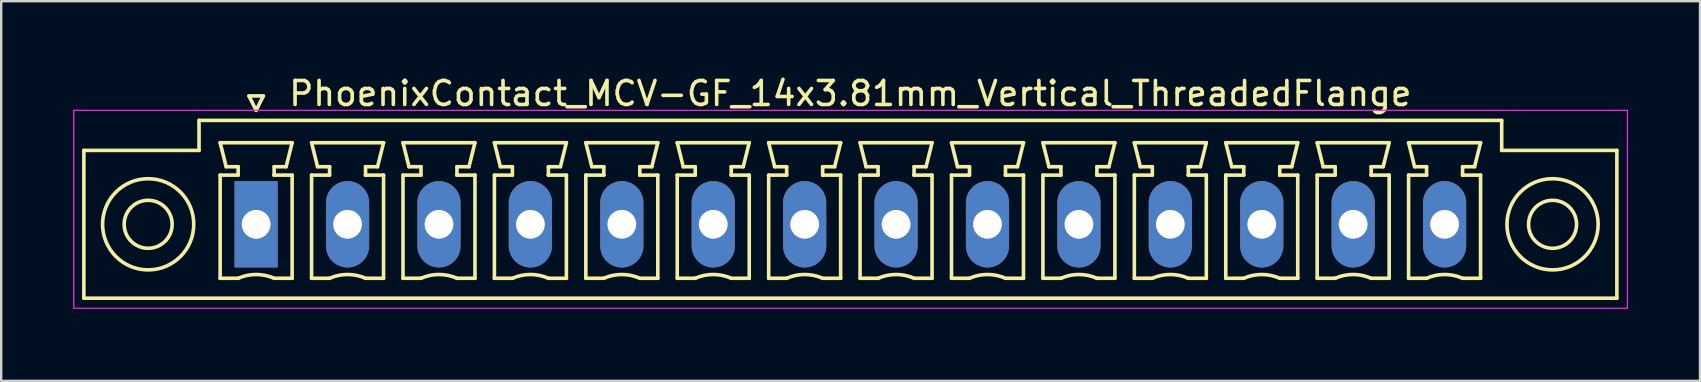
<source format=kicad_pcb>
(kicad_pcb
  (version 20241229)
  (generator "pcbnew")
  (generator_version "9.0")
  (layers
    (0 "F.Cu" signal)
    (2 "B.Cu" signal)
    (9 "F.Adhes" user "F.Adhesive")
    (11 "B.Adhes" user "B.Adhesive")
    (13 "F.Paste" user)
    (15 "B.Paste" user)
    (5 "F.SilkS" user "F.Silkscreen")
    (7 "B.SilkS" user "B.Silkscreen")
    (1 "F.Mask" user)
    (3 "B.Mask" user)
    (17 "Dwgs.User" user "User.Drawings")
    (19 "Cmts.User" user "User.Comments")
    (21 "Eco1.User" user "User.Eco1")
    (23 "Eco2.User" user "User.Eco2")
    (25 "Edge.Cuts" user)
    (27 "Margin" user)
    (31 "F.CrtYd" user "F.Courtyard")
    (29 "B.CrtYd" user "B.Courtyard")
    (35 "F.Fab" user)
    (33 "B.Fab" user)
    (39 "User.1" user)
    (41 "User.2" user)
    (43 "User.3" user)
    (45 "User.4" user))
  (footprint "PhoenixContact_MCV-GF_14x3.81mm_Vertical_ThreadedFlange"
    (layer "F.Cu")
    (at 7.625 6.298)
    (property "Reference" "PhoenixContact_MCV-GF_14x3.81mm_Vertical_ThreadedFlange" (at 24.765 -5.45 0) (layer "F.SilkS") (effects (font (size 1 1) (thickness 0.15))))
    (attr through_hole)
    (fp_line (start -7.18 -3.08) (end -7.18 3.08) (stroke (width 0.15) (type solid)) (layer "F.SilkS"))
    (fp_line (start -7.18 3.08) (end 56.71 3.08) (stroke (width 0.15) (type solid)) (layer "F.SilkS"))
    (fp_line (start -2.38 -4.33) (end -2.38 -3.08) (stroke (width 0.15) (type solid)) (layer "F.SilkS"))
    (fp_line (start -2.38 -3.08) (end -7.18 -3.08) (stroke (width 0.15) (type solid)) (layer "F.SilkS"))
    (fp_line (start -1.5 -3.4) (end 1.5 -3.4) (stroke (width 0.15) (type solid)) (layer "F.SilkS"))
    (fp_line (start -1.5 -2.05) (end -0.75 -2.05) (stroke (width 0.15) (type solid)) (layer "F.SilkS"))
    (fp_line (start -1.5 2.25) (end -1.5 -2.05) (stroke (width 0.15) (type solid)) (layer "F.SilkS"))
    (fp_line (start -1.25 -2.4) (end -1.5 -3.4) (stroke (width 0.15) (type solid)) (layer "F.SilkS"))
    (fp_line (start -0.75 -2.4) (end -1.25 -2.4) (stroke (width 0.15) (type solid)) (layer "F.SilkS"))
    (fp_line (start -0.75 -2.05) (end -0.75 -2.4) (stroke (width 0.15) (type solid)) (layer "F.SilkS"))
    (fp_line (start -0.75 2.25) (end -1.5 2.25) (stroke (width 0.15) (type solid)) (layer "F.SilkS"))
    (fp_line (start -0.3 -5.35) (end 0 -4.75) (stroke (width 0.15) (type solid)) (layer "F.SilkS"))
    (fp_line (start 0 -4.75) (end 0.3 -5.35) (stroke (width 0.15) (type solid)) (layer "F.SilkS"))
    (fp_line (start 0.3 -5.35) (end -0.3 -5.35) (stroke (width 0.15) (type solid)) (layer "F.SilkS"))
    (fp_line (start 0.75 -2.4) (end 0.75 -2.05) (stroke (width 0.15) (type solid)) (layer "F.SilkS"))
    (fp_line (start 0.75 -2.05) (end 0.75 -2.05) (stroke (width 0.15) (type solid)) (layer "F.SilkS"))
    (fp_line (start 0.75 -2.05) (end 1.5 -2.05) (stroke (width 0.15) (type solid)) (layer "F.SilkS"))
    (fp_line (start 1.25 -2.4) (end 0.75 -2.4) (stroke (width 0.15) (type solid)) (layer "F.SilkS"))
    (fp_line (start 1.5 -3.4) (end 1.25 -2.4) (stroke (width 0.15) (type solid)) (layer "F.SilkS"))
    (fp_line (start 1.5 -2.05) (end 1.5 2.25) (stroke (width 0.15) (type solid)) (layer "F.SilkS"))
    (fp_line (start 1.5 2.25) (end 0.75 2.25) (stroke (width 0.15) (type solid)) (layer "F.SilkS"))
    (fp_line (start 2.31 -3.4) (end 5.31 -3.4) (stroke (width 0.15) (type solid)) (layer "F.SilkS"))
    (fp_line (start 2.31 -2.05) (end 3.06 -2.05) (stroke (width 0.15) (type solid)) (layer "F.SilkS"))
    (fp_line (start 2.31 2.25) (end 2.31 -2.05) (stroke (width 0.15) (type solid)) (layer "F.SilkS"))
    (fp_line (start 2.56 -2.4) (end 2.31 -3.4) (stroke (width 0.15) (type solid)) (layer "F.SilkS"))
    (fp_line (start 3.06 -2.4) (end 2.56 -2.4) (stroke (width 0.15) (type solid)) (layer "F.SilkS"))
    (fp_line (start 3.06 -2.05) (end 3.06 -2.4) (stroke (width 0.15) (type solid)) (layer "F.SilkS"))
    (fp_line (start 3.06 2.25) (end 2.31 2.25) (stroke (width 0.15) (type solid)) (layer "F.SilkS"))
    (fp_line (start 4.56 -2.4) (end 4.56 -2.05) (stroke (width 0.15) (type solid)) (layer "F.SilkS"))
    (fp_line (start 4.56 -2.05) (end 4.56 -2.05) (stroke (width 0.15) (type solid)) (layer "F.SilkS"))
    (fp_line (start 4.56 -2.05) (end 5.31 -2.05) (stroke (width 0.15) (type solid)) (layer "F.SilkS"))
    (fp_line (start 5.06 -2.4) (end 4.56 -2.4) (stroke (width 0.15) (type solid)) (layer "F.SilkS"))
    (fp_line (start 5.31 -3.4) (end 5.06 -2.4) (stroke (width 0.15) (type solid)) (layer "F.SilkS"))
    (fp_line (start 5.31 -2.05) (end 5.31 2.25) (stroke (width 0.15) (type solid)) (layer "F.SilkS"))
    (fp_line (start 5.31 2.25) (end 4.56 2.25) (stroke (width 0.15) (type solid)) (layer "F.SilkS"))
    (fp_line (start 6.12 -3.4) (end 9.12 -3.4) (stroke (width 0.15) (type solid)) (layer "F.SilkS"))
    (fp_line (start 6.12 -2.05) (end 6.87 -2.05) (stroke (width 0.15) (type solid)) (layer "F.SilkS"))
    (fp_line (start 6.12 2.25) (end 6.12 -2.05) (stroke (width 0.15) (type solid)) (layer "F.SilkS"))
    (fp_line (start 6.37 -2.4) (end 6.12 -3.4) (stroke (width 0.15) (type solid)) (layer "F.SilkS"))
    (fp_line (start 6.87 -2.4) (end 6.37 -2.4) (stroke (width 0.15) (type solid)) (layer "F.SilkS"))
    (fp_line (start 6.87 -2.05) (end 6.87 -2.4) (stroke (width 0.15) (type solid)) (layer "F.SilkS"))
    (fp_line (start 6.87 2.25) (end 6.12 2.25) (stroke (width 0.15) (type solid)) (layer "F.SilkS"))
    (fp_line (start 8.37 -2.4) (end 8.37 -2.05) (stroke (width 0.15) (type solid)) (layer "F.SilkS"))
    (fp_line (start 8.37 -2.05) (end 8.37 -2.05) (stroke (width 0.15) (type solid)) (layer "F.SilkS"))
    (fp_line (start 8.37 -2.05) (end 9.12 -2.05) (stroke (width 0.15) (type solid)) (layer "F.SilkS"))
    (fp_line (start 8.87 -2.4) (end 8.37 -2.4) (stroke (width 0.15) (type solid)) (layer "F.SilkS"))
    (fp_line (start 9.12 -3.4) (end 8.87 -2.4) (stroke (width 0.15) (type solid)) (layer "F.SilkS"))
    (fp_line (start 9.12 -2.05) (end 9.12 2.25) (stroke (width 0.15) (type solid)) (layer "F.SilkS"))
    (fp_line (start 9.12 2.25) (end 8.37 2.25) (stroke (width 0.15) (type solid)) (layer "F.SilkS"))
    (fp_line (start 9.93 -3.4) (end 12.93 -3.4) (stroke (width 0.15) (type solid)) (layer "F.SilkS"))
    (fp_line (start 9.93 -2.05) (end 10.68 -2.05) (stroke (width 0.15) (type solid)) (layer "F.SilkS"))
    (fp_line (start 9.93 2.25) (end 9.93 -2.05) (stroke (width 0.15) (type solid)) (layer "F.SilkS"))
    (fp_line (start 10.18 -2.4) (end 9.93 -3.4) (stroke (width 0.15) (type solid)) (layer "F.SilkS"))
    (fp_line (start 10.68 -2.4) (end 10.18 -2.4) (stroke (width 0.15) (type solid)) (layer "F.SilkS"))
    (fp_line (start 10.68 -2.05) (end 10.68 -2.4) (stroke (width 0.15) (type solid)) (layer "F.SilkS"))
    (fp_line (start 10.68 2.25) (end 9.93 2.25) (stroke (width 0.15) (type solid)) (layer "F.SilkS"))
    (fp_line (start 12.18 -2.4) (end 12.18 -2.05) (stroke (width 0.15) (type solid)) (layer "F.SilkS"))
    (fp_line (start 12.18 -2.05) (end 12.18 -2.05) (stroke (width 0.15) (type solid)) (layer "F.SilkS"))
    (fp_line (start 12.18 -2.05) (end 12.93 -2.05) (stroke (width 0.15) (type solid)) (layer "F.SilkS"))
    (fp_line (start 12.68 -2.4) (end 12.18 -2.4) (stroke (width 0.15) (type solid)) (layer "F.SilkS"))
    (fp_line (start 12.93 -3.4) (end 12.68 -2.4) (stroke (width 0.15) (type solid)) (layer "F.SilkS"))
    (fp_line (start 12.93 -2.05) (end 12.93 2.25) (stroke (width 0.15) (type solid)) (layer "F.SilkS"))
    (fp_line (start 12.93 2.25) (end 12.18 2.25) (stroke (width 0.15) (type solid)) (layer "F.SilkS"))
    (fp_line (start 13.74 -3.4) (end 16.74 -3.4) (stroke (width 0.15) (type solid)) (layer "F.SilkS"))
    (fp_line (start 13.74 -2.05) (end 14.49 -2.05) (stroke (width 0.15) (type solid)) (layer "F.SilkS"))
    (fp_line (start 13.74 2.25) (end 13.74 -2.05) (stroke (width 0.15) (type solid)) (layer "F.SilkS"))
    (fp_line (start 13.99 -2.4) (end 13.74 -3.4) (stroke (width 0.15) (type solid)) (layer "F.SilkS"))
    (fp_line (start 14.49 -2.4) (end 13.99 -2.4) (stroke (width 0.15) (type solid)) (layer "F.SilkS"))
    (fp_line (start 14.49 -2.05) (end 14.49 -2.4) (stroke (width 0.15) (type solid)) (layer "F.SilkS"))
    (fp_line (start 14.49 2.25) (end 13.74 2.25) (stroke (width 0.15) (type solid)) (layer "F.SilkS"))
    (fp_line (start 15.99 -2.4) (end 15.99 -2.05) (stroke (width 0.15) (type solid)) (layer "F.SilkS"))
    (fp_line (start 15.99 -2.05) (end 15.99 -2.05) (stroke (width 0.15) (type solid)) (layer "F.SilkS"))
    (fp_line (start 15.99 -2.05) (end 16.74 -2.05) (stroke (width 0.15) (type solid)) (layer "F.SilkS"))
    (fp_line (start 16.49 -2.4) (end 15.99 -2.4) (stroke (width 0.15) (type solid)) (layer "F.SilkS"))
    (fp_line (start 16.74 -3.4) (end 16.49 -2.4) (stroke (width 0.15) (type solid)) (layer "F.SilkS"))
    (fp_line (start 16.74 -2.05) (end 16.74 2.25) (stroke (width 0.15) (type solid)) (layer "F.SilkS"))
    (fp_line (start 16.74 2.25) (end 15.99 2.25) (stroke (width 0.15) (type solid)) (layer "F.SilkS"))
    (fp_line (start 17.55 -3.4) (end 20.55 -3.4) (stroke (width 0.15) (type solid)) (layer "F.SilkS"))
    (fp_line (start 17.55 -2.05) (end 18.3 -2.05) (stroke (width 0.15) (type solid)) (layer "F.SilkS"))
    (fp_line (start 17.55 2.25) (end 17.55 -2.05) (stroke (width 0.15) (type solid)) (layer "F.SilkS"))
    (fp_line (start 17.8 -2.4) (end 17.55 -3.4) (stroke (width 0.15) (type solid)) (layer "F.SilkS"))
    (fp_line (start 18.3 -2.4) (end 17.8 -2.4) (stroke (width 0.15) (type solid)) (layer "F.SilkS"))
    (fp_line (start 18.3 -2.05) (end 18.3 -2.4) (stroke (width 0.15) (type solid)) (layer "F.SilkS"))
    (fp_line (start 18.3 2.25) (end 17.55 2.25) (stroke (width 0.15) (type solid)) (layer "F.SilkS"))
    (fp_line (start 19.8 -2.4) (end 19.8 -2.05) (stroke (width 0.15) (type solid)) (layer "F.SilkS"))
    (fp_line (start 19.8 -2.05) (end 19.8 -2.05) (stroke (width 0.15) (type solid)) (layer "F.SilkS"))
    (fp_line (start 19.8 -2.05) (end 20.55 -2.05) (stroke (width 0.15) (type solid)) (layer "F.SilkS"))
    (fp_line (start 20.3 -2.4) (end 19.8 -2.4) (stroke (width 0.15) (type solid)) (layer "F.SilkS"))
    (fp_line (start 20.55 -3.4) (end 20.3 -2.4) (stroke (width 0.15) (type solid)) (layer "F.SilkS"))
    (fp_line (start 20.55 -2.05) (end 20.55 2.25) (stroke (width 0.15) (type solid)) (layer "F.SilkS"))
    (fp_line (start 20.55 2.25) (end 19.8 2.25) (stroke (width 0.15) (type solid)) (layer "F.SilkS"))
    (fp_line (start 21.36 -3.4) (end 24.36 -3.4) (stroke (width 0.15) (type solid)) (layer "F.SilkS"))
    (fp_line (start 21.36 -2.05) (end 22.11 -2.05) (stroke (width 0.15) (type solid)) (layer "F.SilkS"))
    (fp_line (start 21.36 2.25) (end 21.36 -2.05) (stroke (width 0.15) (type solid)) (layer "F.SilkS"))
    (fp_line (start 21.61 -2.4) (end 21.36 -3.4) (stroke (width 0.15) (type solid)) (layer "F.SilkS"))
    (fp_line (start 22.11 -2.4) (end 21.61 -2.4) (stroke (width 0.15) (type solid)) (layer "F.SilkS"))
    (fp_line (start 22.11 -2.05) (end 22.11 -2.4) (stroke (width 0.15) (type solid)) (layer "F.SilkS"))
    (fp_line (start 22.11 2.25) (end 21.36 2.25) (stroke (width 0.15) (type solid)) (layer "F.SilkS"))
    (fp_line (start 23.61 -2.4) (end 23.61 -2.05) (stroke (width 0.15) (type solid)) (layer "F.SilkS"))
    (fp_line (start 23.61 -2.05) (end 23.61 -2.05) (stroke (width 0.15) (type solid)) (layer "F.SilkS"))
    (fp_line (start 23.61 -2.05) (end 24.36 -2.05) (stroke (width 0.15) (type solid)) (layer "F.SilkS"))
    (fp_line (start 24.11 -2.4) (end 23.61 -2.4) (stroke (width 0.15) (type solid)) (layer "F.SilkS"))
    (fp_line (start 24.36 -3.4) (end 24.11 -2.4) (stroke (width 0.15) (type solid)) (layer "F.SilkS"))
    (fp_line (start 24.36 -2.05) (end 24.36 2.25) (stroke (width 0.15) (type solid)) (layer "F.SilkS"))
    (fp_line (start 24.36 2.25) (end 23.61 2.25) (stroke (width 0.15) (type solid)) (layer "F.SilkS"))
    (fp_line (start 25.17 -3.4) (end 28.17 -3.4) (stroke (width 0.15) (type solid)) (layer "F.SilkS"))
    (fp_line (start 25.17 -2.05) (end 25.92 -2.05) (stroke (width 0.15) (type solid)) (layer "F.SilkS"))
    (fp_line (start 25.17 2.25) (end 25.17 -2.05) (stroke (width 0.15) (type solid)) (layer "F.SilkS"))
    (fp_line (start 25.42 -2.4) (end 25.17 -3.4) (stroke (width 0.15) (type solid)) (layer "F.SilkS"))
    (fp_line (start 25.92 -2.4) (end 25.42 -2.4) (stroke (width 0.15) (type solid)) (layer "F.SilkS"))
    (fp_line (start 25.92 -2.05) (end 25.92 -2.4) (stroke (width 0.15) (type solid)) (layer "F.SilkS"))
    (fp_line (start 25.92 2.25) (end 25.17 2.25) (stroke (width 0.15) (type solid)) (layer "F.SilkS"))
    (fp_line (start 27.42 -2.4) (end 27.42 -2.05) (stroke (width 0.15) (type solid)) (layer "F.SilkS"))
    (fp_line (start 27.42 -2.05) (end 27.42 -2.05) (stroke (width 0.15) (type solid)) (layer "F.SilkS"))
    (fp_line (start 27.42 -2.05) (end 28.17 -2.05) (stroke (width 0.15) (type solid)) (layer "F.SilkS"))
    (fp_line (start 27.92 -2.4) (end 27.42 -2.4) (stroke (width 0.15) (type solid)) (layer "F.SilkS"))
    (fp_line (start 28.17 -3.4) (end 27.92 -2.4) (stroke (width 0.15) (type solid)) (layer "F.SilkS"))
    (fp_line (start 28.17 -2.05) (end 28.17 2.25) (stroke (width 0.15) (type solid)) (layer "F.SilkS"))
    (fp_line (start 28.17 2.25) (end 27.42 2.25) (stroke (width 0.15) (type solid)) (layer "F.SilkS"))
    (fp_line (start 28.98 -3.4) (end 31.98 -3.4) (stroke (width 0.15) (type solid)) (layer "F.SilkS"))
    (fp_line (start 28.98 -2.05) (end 29.73 -2.05) (stroke (width 0.15) (type solid)) (layer "F.SilkS"))
    (fp_line (start 28.98 2.25) (end 28.98 -2.05) (stroke (width 0.15) (type solid)) (layer "F.SilkS"))
    (fp_line (start 29.23 -2.4) (end 28.98 -3.4) (stroke (width 0.15) (type solid)) (layer "F.SilkS"))
    (fp_line (start 29.73 -2.4) (end 29.23 -2.4) (stroke (width 0.15) (type solid)) (layer "F.SilkS"))
    (fp_line (start 29.73 -2.05) (end 29.73 -2.4) (stroke (width 0.15) (type solid)) (layer "F.SilkS"))
    (fp_line (start 29.73 2.25) (end 28.98 2.25) (stroke (width 0.15) (type solid)) (layer "F.SilkS"))
    (fp_line (start 31.23 -2.4) (end 31.23 -2.05) (stroke (width 0.15) (type solid)) (layer "F.SilkS"))
    (fp_line (start 31.23 -2.05) (end 31.23 -2.05) (stroke (width 0.15) (type solid)) (layer "F.SilkS"))
    (fp_line (start 31.23 -2.05) (end 31.98 -2.05) (stroke (width 0.15) (type solid)) (layer "F.SilkS"))
    (fp_line (start 31.73 -2.4) (end 31.23 -2.4) (stroke (width 0.15) (type solid)) (layer "F.SilkS"))
    (fp_line (start 31.98 -3.4) (end 31.73 -2.4) (stroke (width 0.15) (type solid)) (layer "F.SilkS"))
    (fp_line (start 31.98 -2.05) (end 31.98 2.25) (stroke (width 0.15) (type solid)) (layer "F.SilkS"))
    (fp_line (start 31.98 2.25) (end 31.23 2.25) (stroke (width 0.15) (type solid)) (layer "F.SilkS"))
    (fp_line (start 32.79 -3.4) (end 35.79 -3.4) (stroke (width 0.15) (type solid)) (layer "F.SilkS"))
    (fp_line (start 32.79 -2.05) (end 33.54 -2.05) (stroke (width 0.15) (type solid)) (layer "F.SilkS"))
    (fp_line (start 32.79 2.25) (end 32.79 -2.05) (stroke (width 0.15) (type solid)) (layer "F.SilkS"))
    (fp_line (start 33.04 -2.4) (end 32.79 -3.4) (stroke (width 0.15) (type solid)) (layer "F.SilkS"))
    (fp_line (start 33.54 -2.4) (end 33.04 -2.4) (stroke (width 0.15) (type solid)) (layer "F.SilkS"))
    (fp_line (start 33.54 -2.05) (end 33.54 -2.4) (stroke (width 0.15) (type solid)) (layer "F.SilkS"))
    (fp_line (start 33.54 2.25) (end 32.79 2.25) (stroke (width 0.15) (type solid)) (layer "F.SilkS"))
    (fp_line (start 35.04 -2.4) (end 35.04 -2.05) (stroke (width 0.15) (type solid)) (layer "F.SilkS"))
    (fp_line (start 35.04 -2.05) (end 35.04 -2.05) (stroke (width 0.15) (type solid)) (layer "F.SilkS"))
    (fp_line (start 35.04 -2.05) (end 35.79 -2.05) (stroke (width 0.15) (type solid)) (layer "F.SilkS"))
    (fp_line (start 35.54 -2.4) (end 35.04 -2.4) (stroke (width 0.15) (type solid)) (layer "F.SilkS"))
    (fp_line (start 35.79 -3.4) (end 35.54 -2.4) (stroke (width 0.15) (type solid)) (layer "F.SilkS"))
    (fp_line (start 35.79 -2.05) (end 35.79 2.25) (stroke (width 0.15) (type solid)) (layer "F.SilkS"))
    (fp_line (start 35.79 2.25) (end 35.04 2.25) (stroke (width 0.15) (type solid)) (layer "F.SilkS"))
    (fp_line (start 36.6 -3.4) (end 39.6 -3.4) (stroke (width 0.15) (type solid)) (layer "F.SilkS"))
    (fp_line (start 36.6 -2.05) (end 37.35 -2.05) (stroke (width 0.15) (type solid)) (layer "F.SilkS"))
    (fp_line (start 36.6 2.25) (end 36.6 -2.05) (stroke (width 0.15) (type solid)) (layer "F.SilkS"))
    (fp_line (start 36.85 -2.4) (end 36.6 -3.4) (stroke (width 0.15) (type solid)) (layer "F.SilkS"))
    (fp_line (start 37.35 -2.4) (end 36.85 -2.4) (stroke (width 0.15) (type solid)) (layer "F.SilkS"))
    (fp_line (start 37.35 -2.05) (end 37.35 -2.4) (stroke (width 0.15) (type solid)) (layer "F.SilkS"))
    (fp_line (start 37.35 2.25) (end 36.6 2.25) (stroke (width 0.15) (type solid)) (layer "F.SilkS"))
    (fp_line (start 38.85 -2.4) (end 38.85 -2.05) (stroke (width 0.15) (type solid)) (layer "F.SilkS"))
    (fp_line (start 38.85 -2.05) (end 38.85 -2.05) (stroke (width 0.15) (type solid)) (layer "F.SilkS"))
    (fp_line (start 38.85 -2.05) (end 39.6 -2.05) (stroke (width 0.15) (type solid)) (layer "F.SilkS"))
    (fp_line (start 39.35 -2.4) (end 38.85 -2.4) (stroke (width 0.15) (type solid)) (layer "F.SilkS"))
    (fp_line (start 39.6 -3.4) (end 39.35 -2.4) (stroke (width 0.15) (type solid)) (layer "F.SilkS"))
    (fp_line (start 39.6 -2.05) (end 39.6 2.25) (stroke (width 0.15) (type solid)) (layer "F.SilkS"))
    (fp_line (start 39.6 2.25) (end 38.85 2.25) (stroke (width 0.15) (type solid)) (layer "F.SilkS"))
    (fp_line (start 40.41 -3.4) (end 43.41 -3.4) (stroke (width 0.15) (type solid)) (layer "F.SilkS"))
    (fp_line (start 40.41 -2.05) (end 41.16 -2.05) (stroke (width 0.15) (type solid)) (layer "F.SilkS"))
    (fp_line (start 40.41 2.25) (end 40.41 -2.05) (stroke (width 0.15) (type solid)) (layer "F.SilkS"))
    (fp_line (start 40.66 -2.4) (end 40.41 -3.4) (stroke (width 0.15) (type solid)) (layer "F.SilkS"))
    (fp_line (start 41.16 -2.4) (end 40.66 -2.4) (stroke (width 0.15) (type solid)) (layer "F.SilkS"))
    (fp_line (start 41.16 -2.05) (end 41.16 -2.4) (stroke (width 0.15) (type solid)) (layer "F.SilkS"))
    (fp_line (start 41.16 2.25) (end 40.41 2.25) (stroke (width 0.15) (type solid)) (layer "F.SilkS"))
    (fp_line (start 42.66 -2.4) (end 42.66 -2.05) (stroke (width 0.15) (type solid)) (layer "F.SilkS"))
    (fp_line (start 42.66 -2.05) (end 42.66 -2.05) (stroke (width 0.15) (type solid)) (layer "F.SilkS"))
    (fp_line (start 42.66 -2.05) (end 43.41 -2.05) (stroke (width 0.15) (type solid)) (layer "F.SilkS"))
    (fp_line (start 43.16 -2.4) (end 42.66 -2.4) (stroke (width 0.15) (type solid)) (layer "F.SilkS"))
    (fp_line (start 43.41 -3.4) (end 43.16 -2.4) (stroke (width 0.15) (type solid)) (layer "F.SilkS"))
    (fp_line (start 43.41 -2.05) (end 43.41 2.25) (stroke (width 0.15) (type solid)) (layer "F.SilkS"))
    (fp_line (start 43.41 2.25) (end 42.66 2.25) (stroke (width 0.15) (type solid)) (layer "F.SilkS"))
    (fp_line (start 44.22 -3.4) (end 47.22 -3.4) (stroke (width 0.15) (type solid)) (layer "F.SilkS"))
    (fp_line (start 44.22 -2.05) (end 44.97 -2.05) (stroke (width 0.15) (type solid)) (layer "F.SilkS"))
    (fp_line (start 44.22 2.25) (end 44.22 -2.05) (stroke (width 0.15) (type solid)) (layer "F.SilkS"))
    (fp_line (start 44.47 -2.4) (end 44.22 -3.4) (stroke (width 0.15) (type solid)) (layer "F.SilkS"))
    (fp_line (start 44.97 -2.4) (end 44.47 -2.4) (stroke (width 0.15) (type solid)) (layer "F.SilkS"))
    (fp_line (start 44.97 -2.05) (end 44.97 -2.4) (stroke (width 0.15) (type solid)) (layer "F.SilkS"))
    (fp_line (start 44.97 2.25) (end 44.22 2.25) (stroke (width 0.15) (type solid)) (layer "F.SilkS"))
    (fp_line (start 46.47 -2.4) (end 46.47 -2.05) (stroke (width 0.15) (type solid)) (layer "F.SilkS"))
    (fp_line (start 46.47 -2.05) (end 46.47 -2.05) (stroke (width 0.15) (type solid)) (layer "F.SilkS"))
    (fp_line (start 46.47 -2.05) (end 47.22 -2.05) (stroke (width 0.15) (type solid)) (layer "F.SilkS"))
    (fp_line (start 46.97 -2.4) (end 46.47 -2.4) (stroke (width 0.15) (type solid)) (layer "F.SilkS"))
    (fp_line (start 47.22 -3.4) (end 46.97 -2.4) (stroke (width 0.15) (type solid)) (layer "F.SilkS"))
    (fp_line (start 47.22 -2.05) (end 47.22 2.25) (stroke (width 0.15) (type solid)) (layer "F.SilkS"))
    (fp_line (start 47.22 2.25) (end 46.47 2.25) (stroke (width 0.15) (type solid)) (layer "F.SilkS"))
    (fp_line (start 48.03 -3.4) (end 51.03 -3.4) (stroke (width 0.15) (type solid)) (layer "F.SilkS"))
    (fp_line (start 48.03 -2.05) (end 48.78 -2.05) (stroke (width 0.15) (type solid)) (layer "F.SilkS"))
    (fp_line (start 48.03 2.25) (end 48.03 -2.05) (stroke (width 0.15) (type solid)) (layer "F.SilkS"))
    (fp_line (start 48.28 -2.4) (end 48.03 -3.4) (stroke (width 0.15) (type solid)) (layer "F.SilkS"))
    (fp_line (start 48.78 -2.4) (end 48.28 -2.4) (stroke (width 0.15) (type solid)) (layer "F.SilkS"))
    (fp_line (start 48.78 -2.05) (end 48.78 -2.4) (stroke (width 0.15) (type solid)) (layer "F.SilkS"))
    (fp_line (start 48.78 2.25) (end 48.03 2.25) (stroke (width 0.15) (type solid)) (layer "F.SilkS"))
    (fp_line (start 50.28 -2.4) (end 50.28 -2.05) (stroke (width 0.15) (type solid)) (layer "F.SilkS"))
    (fp_line (start 50.28 -2.05) (end 50.28 -2.05) (stroke (width 0.15) (type solid)) (layer "F.SilkS"))
    (fp_line (start 50.28 -2.05) (end 51.03 -2.05) (stroke (width 0.15) (type solid)) (layer "F.SilkS"))
    (fp_line (start 50.78 -2.4) (end 50.28 -2.4) (stroke (width 0.15) (type solid)) (layer "F.SilkS"))
    (fp_line (start 51.03 -3.4) (end 50.78 -2.4) (stroke (width 0.15) (type solid)) (layer "F.SilkS"))
    (fp_line (start 51.03 -2.05) (end 51.03 2.25) (stroke (width 0.15) (type solid)) (layer "F.SilkS"))
    (fp_line (start 51.03 2.25) (end 50.28 2.25) (stroke (width 0.15) (type solid)) (layer "F.SilkS"))
    (fp_line (start 51.91 -4.33) (end -2.38 -4.33) (stroke (width 0.15) (type solid)) (layer "F.SilkS"))
    (fp_line (start 51.91 -3.08) (end 51.91 -4.33) (stroke (width 0.15) (type solid)) (layer "F.SilkS"))
    (fp_line (start 56.71 -3.08) (end 51.91 -3.08) (stroke (width 0.15) (type solid)) (layer "F.SilkS"))
    (fp_line (start 56.71 3.08) (end 56.71 -3.08) (stroke (width 0.15) (type solid)) (layer "F.SilkS"))
    (fp_arc (start -0.75 2.25) (mid -0.000193 2.09191) (end 0.749647 2.249844) (stroke (width 0.15) (type solid)) (layer "F.SilkS"))
    (fp_arc (start 3.06 2.25) (mid 3.809807 2.09191) (end 4.559647 2.249844) (stroke (width 0.15) (type solid)) (layer "F.SilkS"))
    (fp_arc (start 6.87 2.25) (mid 7.619807 2.09191) (end 8.369647 2.249844) (stroke (width 0.15) (type solid)) (layer "F.SilkS"))
    (fp_arc (start 10.68 2.25) (mid 11.429807 2.09191) (end 12.179647 2.249844) (stroke (width 0.15) (type solid)) (layer "F.SilkS"))
    (fp_arc (start 14.49 2.25) (mid 15.239807 2.09191) (end 15.989647 2.249844) (stroke (width 0.15) (type solid)) (layer "F.SilkS"))
    (fp_arc (start 18.3 2.25) (mid 19.049807 2.09191) (end 19.799647 2.249844) (stroke (width 0.15) (type solid)) (layer "F.SilkS"))
    (fp_arc (start 22.11 2.25) (mid 22.859807 2.09191) (end 23.609647 2.249844) (stroke (width 0.15) (type solid)) (layer "F.SilkS"))
    (fp_arc (start 25.92 2.25) (mid 26.669807 2.09191) (end 27.419647 2.249844) (stroke (width 0.15) (type solid)) (layer "F.SilkS"))
    (fp_arc (start 29.73 2.25) (mid 30.479807 2.09191) (end 31.229647 2.249844) (stroke (width 0.15) (type solid)) (layer "F.SilkS"))
    (fp_arc (start 33.54 2.25) (mid 34.289807 2.09191) (end 35.039647 2.249844) (stroke (width 0.15) (type solid)) (layer "F.SilkS"))
    (fp_arc (start 37.35 2.25) (mid 38.099807 2.09191) (end 38.849647 2.249844) (stroke (width 0.15) (type solid)) (layer "F.SilkS"))
    (fp_arc (start 41.16 2.25) (mid 41.909807 2.09191) (end 42.659647 2.249844) (stroke (width 0.15) (type solid)) (layer "F.SilkS"))
    (fp_arc (start 44.97 2.25) (mid 45.719807 2.09191) (end 46.469647 2.249844) (stroke (width 0.15) (type solid)) (layer "F.SilkS"))
    (fp_arc (start 48.78 2.25) (mid 49.529807 2.09191) (end 50.279647 2.249844) (stroke (width 0.15) (type solid)) (layer "F.SilkS"))
    (fp_circle (center -4.5 0) (end -3.5 0) (stroke (width 0.15) (type solid)) (fill no) (layer "F.SilkS"))
    (fp_circle (center -4.5 0) (end -2.6 0) (stroke (width 0.15) (type solid)) (fill no) (layer "F.SilkS"))
    (fp_circle (center 54.03 0) (end 55.03 0) (stroke (width 0.15) (type solid)) (fill no) (layer "F.SilkS"))
    (fp_circle (center 54.03 0) (end 55.93 0) (stroke (width 0.15) (type solid)) (fill no) (layer "F.SilkS"))
    (fp_line (start -7.6 -4.75) (end -7.6 3.5) (stroke (width 0.05) (type solid)) (layer "F.CrtYd"))
    (fp_line (start -7.6 3.5) (end 57.15 3.5) (stroke (width 0.05) (type solid)) (layer "F.CrtYd"))
    (fp_line (start 57.15 -4.75) (end -7.6 -4.75) (stroke (width 0.05) (type solid)) (layer "F.CrtYd"))
    (fp_line (start 57.15 3.5) (end 57.15 -4.75) (stroke (width 0.05) (type solid)) (layer "F.CrtYd"))
    (pad "1" thru_hole rect (at 0 0) (size 1.8 3.6) (drill 1.2) (layers "*.Cu" "*.Mask"))
    (pad "2" thru_hole oval (at 3.81 0) (size 1.8 3.6) (drill 1.2) (layers "*.Cu" "*.Mask"))
    (pad "3" thru_hole oval (at 7.62 0) (size 1.8 3.6) (drill 1.2) (layers "*.Cu" "*.Mask"))
    (pad "4" thru_hole oval (at 11.43 0) (size 1.8 3.6) (drill 1.2) (layers "*.Cu" "*.Mask"))
    (pad "5" thru_hole oval (at 15.24 0) (size 1.8 3.6) (drill 1.2) (layers "*.Cu" "*.Mask"))
    (pad "6" thru_hole oval (at 19.05 0) (size 1.8 3.6) (drill 1.2) (layers "*.Cu" "*.Mask"))
    (pad "7" thru_hole oval (at 22.86 0) (size 1.8 3.6) (drill 1.2) (layers "*.Cu" "*.Mask"))
    (pad "8" thru_hole oval (at 26.67 0) (size 1.8 3.6) (drill 1.2) (layers "*.Cu" "*.Mask"))
    (pad "9" thru_hole oval (at 30.48 0) (size 1.8 3.6) (drill 1.2) (layers "*.Cu" "*.Mask"))
    (pad "10" thru_hole oval (at 34.29 0) (size 1.8 3.6) (drill 1.2) (layers "*.Cu" "*.Mask"))
    (pad "11" thru_hole oval (at 38.1 0) (size 1.8 3.6) (drill 1.2) (layers "*.Cu" "*.Mask"))
    (pad "12" thru_hole oval (at 41.91 0) (size 1.8 3.6) (drill 1.2) (layers "*.Cu" "*.Mask"))
    (pad "13" thru_hole oval (at 45.72 0) (size 1.8 3.6) (drill 1.2) (layers "*.Cu" "*.Mask"))
    (pad "14" thru_hole oval (at 49.53 0) (size 1.8 3.6) (drill 1.2) (layers "*.Cu" "*.Mask")))
  (gr_rect
    (start -3 -3)
    (end 67.8 12.823)
    (stroke (width 0.1) (type default))
    (fill no)
    (layer "Edge.Cuts")))
</source>
